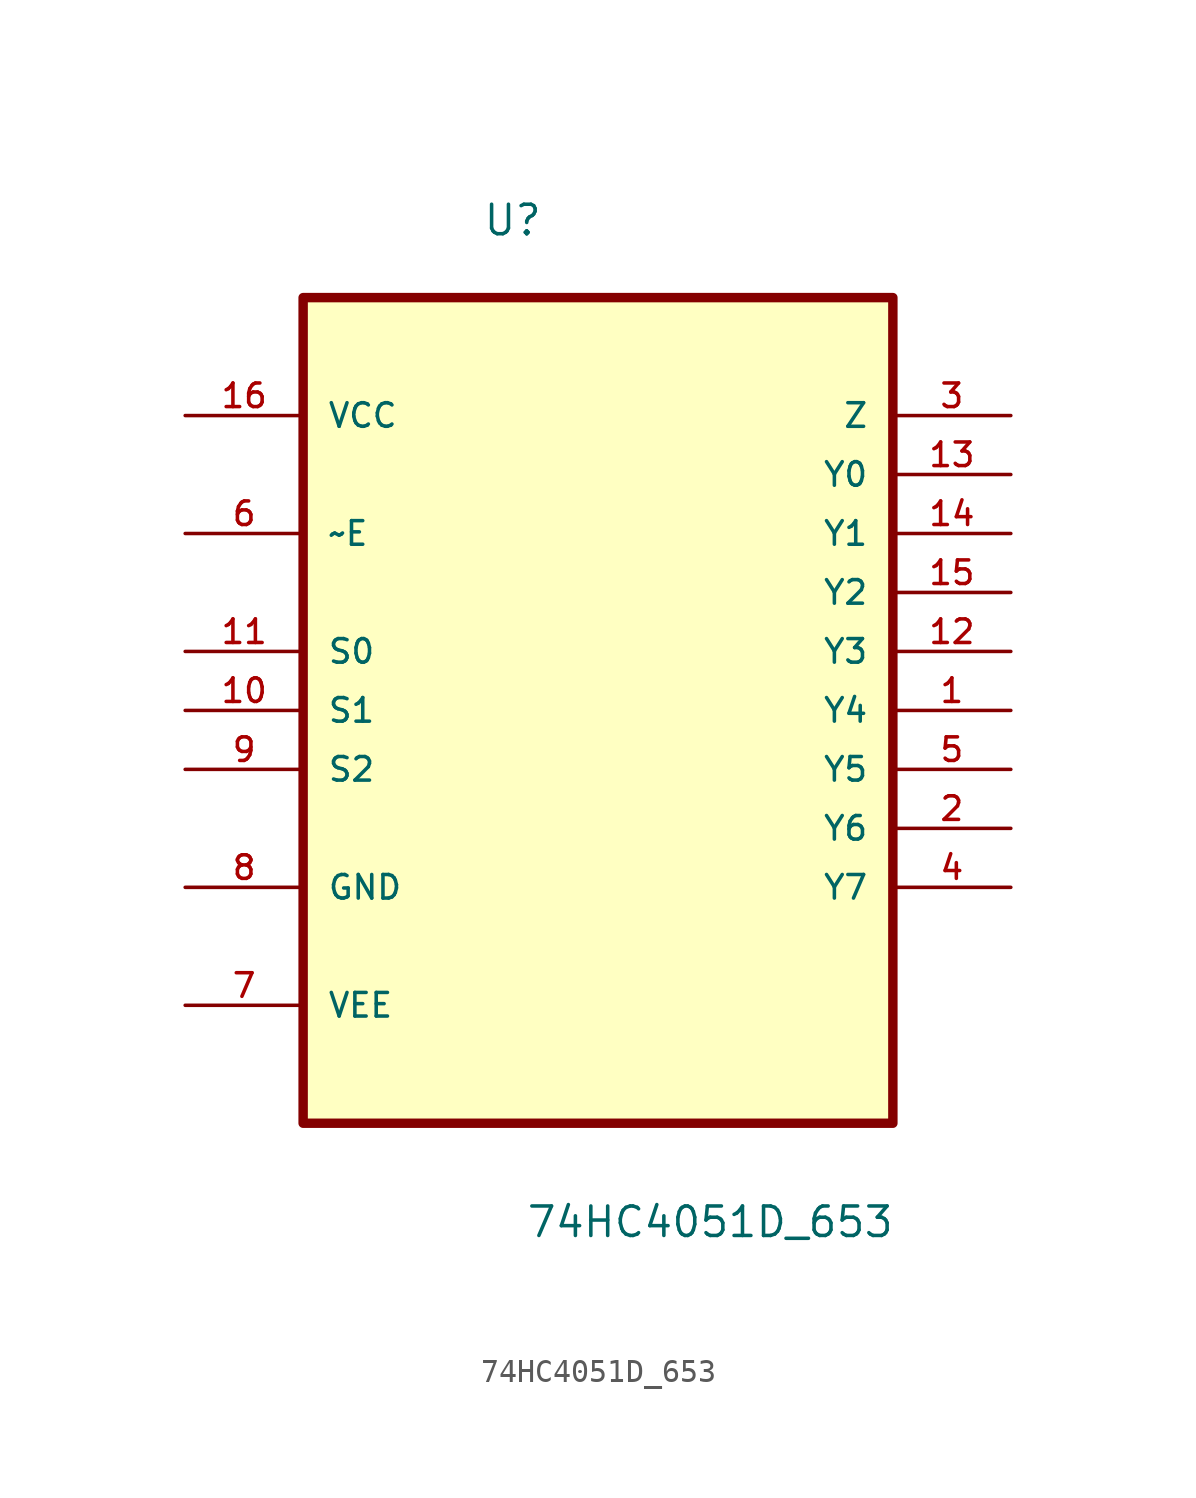
<source format=kicad_sym>
(kicad_symbol_lib
  (version 20211014)
  (generator kicad_symbol_editor)
  (symbol "74HC4051D_653"
    (pin_names
      (offset 1.016))
    (property "Reference" "U"
      (at -4.985 17.828 0.0)
      (effects (font (size 1.27 1.27)) (justify bottom left)))
    (property "Value" "74HC4051D_653"
      (at -3.13 -25.317 0.0)
      (effects (font (size 1.27 1.27)) (justify bottom left)))
    (symbol "74HC4051D_653_0_0"
      (rectangle (start -12.7 -20.32) (end 12.7 15.24) (stroke (width 0.406)) (fill (type background)))
      (pin power_in line (at -17.78 10.16 0) (length 5.08) (name "VCC" (effects (font (size 1.016 1.016)))) (number "16" (effects (font (size 1.016 1.016)))))
      (pin input line (at -17.78 5.08 0) (length 5.08) (name "~E" (effects (font (size 1.016 1.016)))) (number "6" (effects (font (size 1.016 1.016)))))
      (pin input line (at -17.78 0.0 0) (length 5.08) (name "S0" (effects (font (size 1.016 1.016)))) (number "11" (effects (font (size 1.016 1.016)))))
      (pin input line (at -17.78 -2.54 0) (length 5.08) (name "S1" (effects (font (size 1.016 1.016)))) (number "10" (effects (font (size 1.016 1.016)))))
      (pin input line (at -17.78 -5.08 0) (length 5.08) (name "S2" (effects (font (size 1.016 1.016)))) (number "9" (effects (font (size 1.016 1.016)))))
      (pin passive line (at -17.78 -10.16 0) (length 5.08) (name "GND" (effects (font (size 1.016 1.016)))) (number "8" (effects (font (size 1.016 1.016)))))
      (pin power_in line (at -17.78 -15.24 0) (length 5.08) (name "VEE" (effects (font (size 1.016 1.016)))) (number "7" (effects (font (size 1.016 1.016)))))
      (pin bidirectional line (at 17.78 10.16 180.0) (length 5.08) (name "Z" (effects (font (size 1.016 1.016)))) (number "3" (effects (font (size 1.016 1.016)))))
      (pin bidirectional line (at 17.78 7.62 180.0) (length 5.08) (name "Y0" (effects (font (size 1.016 1.016)))) (number "13" (effects (font (size 1.016 1.016)))))
      (pin bidirectional line (at 17.78 5.08 180.0) (length 5.08) (name "Y1" (effects (font (size 1.016 1.016)))) (number "14" (effects (font (size 1.016 1.016)))))
      (pin bidirectional line (at 17.78 2.54 180.0) (length 5.08) (name "Y2" (effects (font (size 1.016 1.016)))) (number "15" (effects (font (size 1.016 1.016)))))
      (pin bidirectional line (at 17.78 0.0 180.0) (length 5.08) (name "Y3" (effects (font (size 1.016 1.016)))) (number "12" (effects (font (size 1.016 1.016)))))
      (pin bidirectional line (at 17.78 -2.54 180.0) (length 5.08) (name "Y4" (effects (font (size 1.016 1.016)))) (number "1" (effects (font (size 1.016 1.016)))))
      (pin bidirectional line (at 17.78 -5.08 180.0) (length 5.08) (name "Y5" (effects (font (size 1.016 1.016)))) (number "5" (effects (font (size 1.016 1.016)))))
      (pin bidirectional line (at 17.78 -7.62 180.0) (length 5.08) (name "Y6" (effects (font (size 1.016 1.016)))) (number "2" (effects (font (size 1.016 1.016)))))
      (pin bidirectional line (at 17.78 -10.16 180.0) (length 5.08) (name "Y7" (effects (font (size 1.016 1.016)))) (number "4" (effects (font (size 1.016 1.016))))))))
</source>
